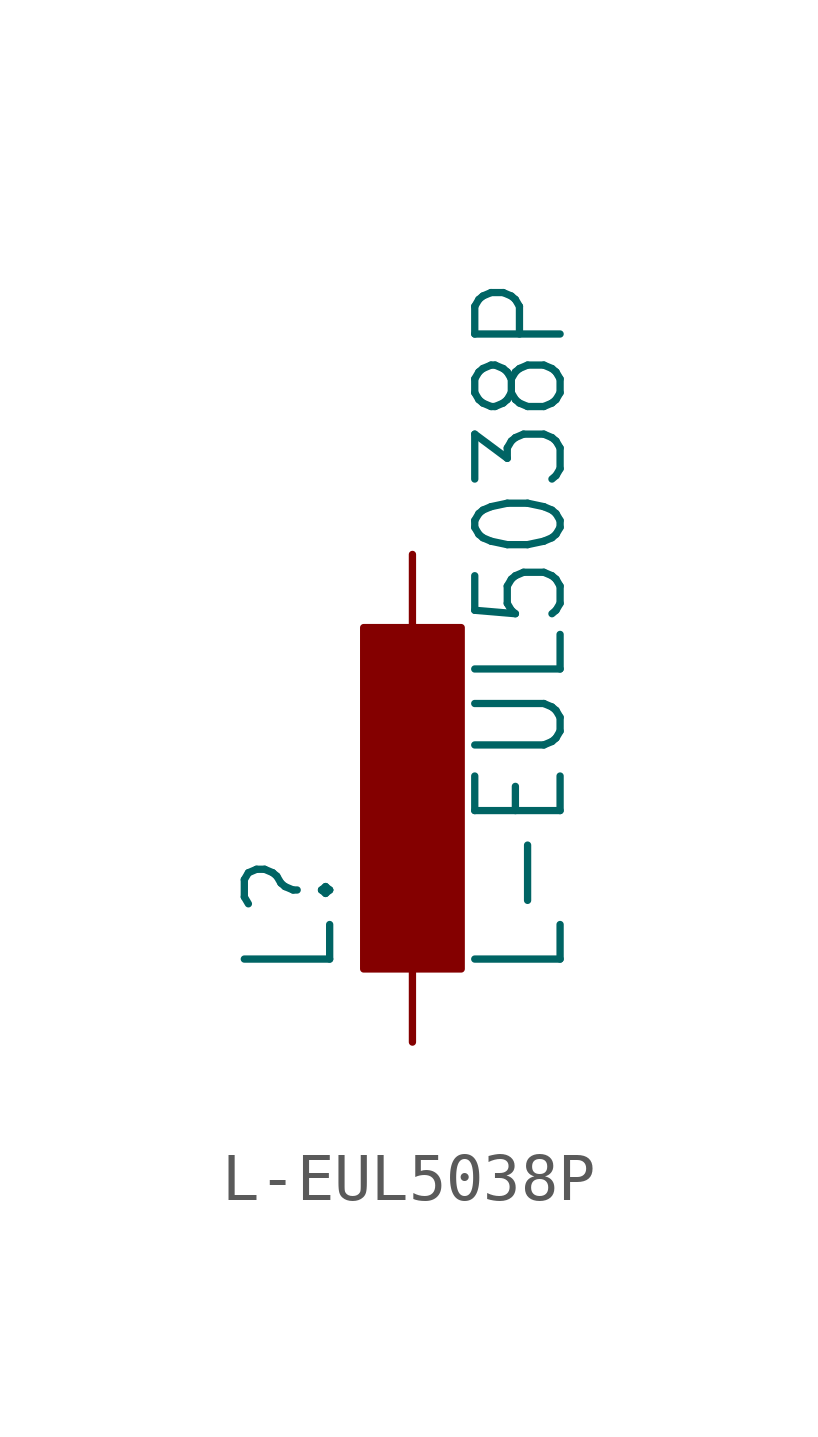
<source format=kicad_sym>
(kicad_symbol_lib
  (version 20211014)
  (generator kicad_symbol_editor)
  (symbol "L-EUL5038P"
    (property "Reference" "L"
      (at -1.499 -3.81 90)
      (effects (font (size 1.778 1.511)) (justify left bottom)))
    (property "Value" "L-EUL5038P"
      (at 3.302 -3.81 90)
      (effects (font (size 1.778 1.511)) (justify left bottom)))
    (property "ki_locked" ""
      (at 0 0 0)
      (effects (font (size 1.27 1.27))))
    (symbol "L-EUL5038P_1_0"
      (rectangle (start -1.016 -3.556) (end 1.016 3.556) (stroke (width 0) (type default) (color 0 0 0 0)) (fill (type outline)))
      (pin passive line (at 0 5.08 270) (length 2.54) (name "1" (effects (font (size 0 0)))) (number "1" (effects (font (size 0 0)))))
      (pin passive line (at 0 -5.08 90) (length 2.54) (name "2" (effects (font (size 0 0)))) (number "2" (effects (font (size 0 0))))))))
</source>
